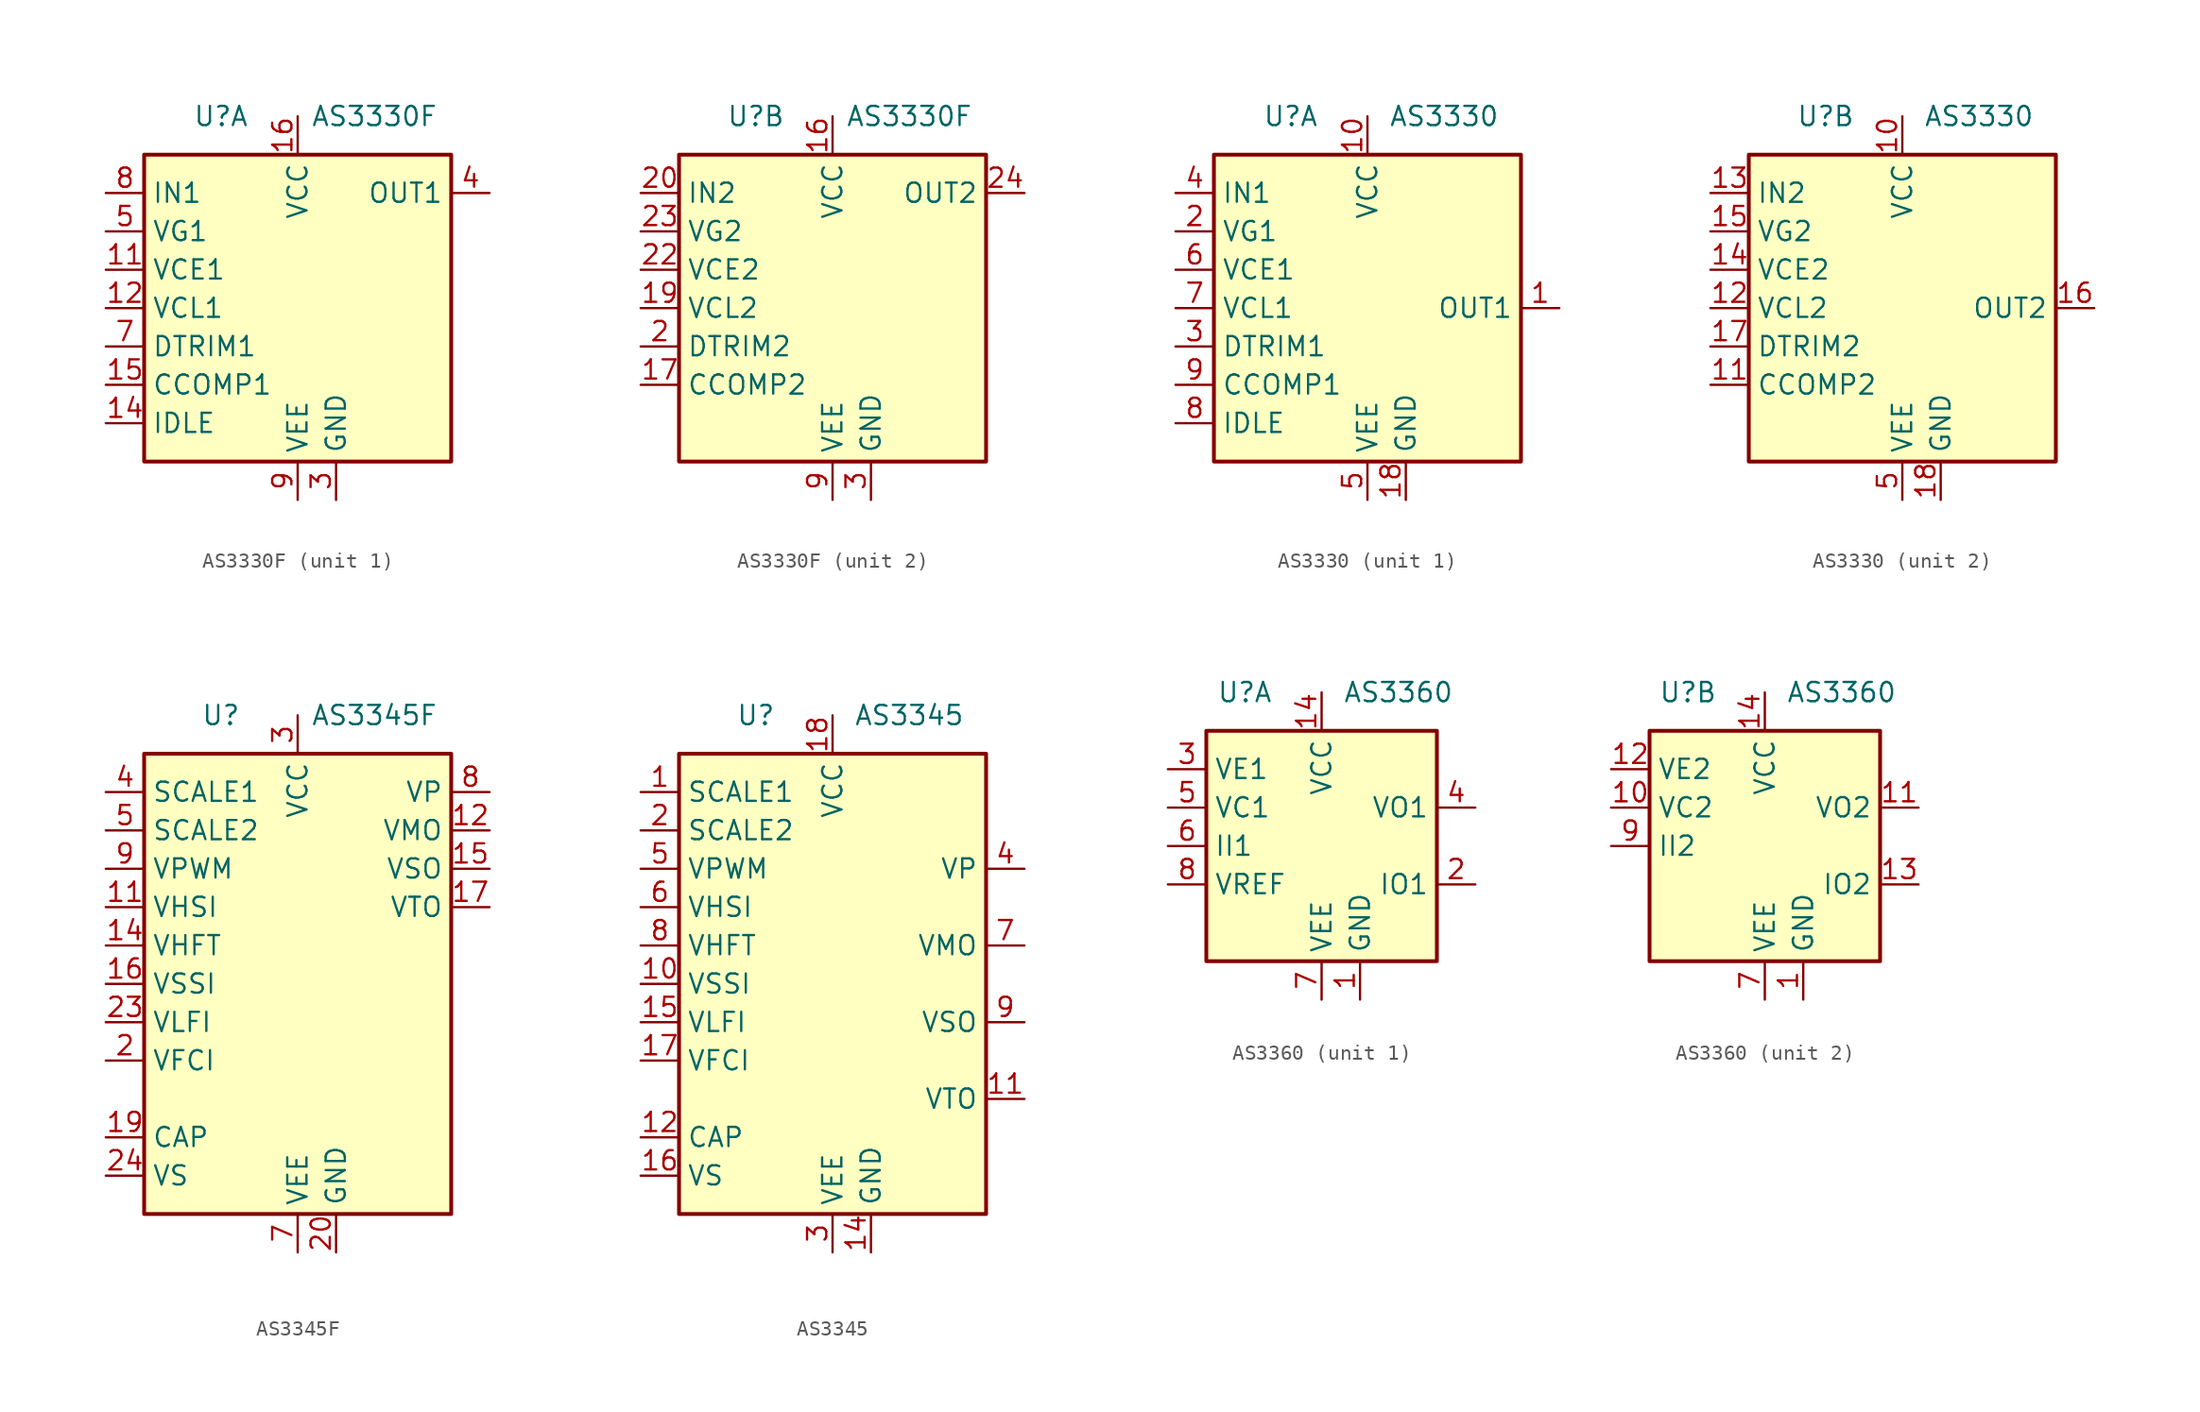
<source format=kicad_sym>
(kicad_symbol_lib
  (version 20241209)
  (generator "kicad_symbol_editor")
  (generator_version "9.0")
  (symbol "AS3330F"
    (property "Reference" "U"
      (at -5.08 12.7 0)
      (effects (font (size 1.27 1.27))))
    (property "Value" "AS3330F"
      (at 5.08 12.7 0)
      (effects (font (size 1.27 1.27))))
    (symbol "AS3330F_0_1"
      (rectangle (start -10.16 10.16) (end 10.16 -10.16) (stroke (width 0.254) (type default)) (fill (type background)))
      (pin power_in line (at 0 12.7 270) (length 2.54) (name "VCC" (effects (font (size 1.27 1.27)))) (number "16" (effects (font (size 1.27 1.27)))))
      (pin power_in line (at 0 -12.7 90) (length 2.54) (name "VEE" (effects (font (size 1.27 1.27)))) (number "9" (effects (font (size 1.27 1.27)))))
      (pin power_in line (at 2.54 -12.7 90) (length 2.54) (name "GND" (effects (font (size 1.27 1.27)))) (number "3" (effects (font (size 1.27 1.27))))))
    (symbol "AS3330F_1_1"
      (pin input line (at -12.7 7.62 0) (length 2.54) (name "IN1" (effects (font (size 1.27 1.27)))) (number "8" (effects (font (size 1.27 1.27)))))
      (pin input line (at -12.7 5.08 0) (length 2.54) (name "VG1" (effects (font (size 1.27 1.27)))) (number "5" (effects (font (size 1.27 1.27)))))
      (pin input line (at -12.7 2.54 0) (length 2.54) (name "VCE1" (effects (font (size 1.27 1.27)))) (number "11" (effects (font (size 1.27 1.27)))))
      (pin input line (at -12.7 0 0) (length 2.54) (name "VCL1" (effects (font (size 1.27 1.27)))) (number "12" (effects (font (size 1.27 1.27)))))
      (pin passive line (at -12.7 -2.54 0) (length 2.54) (name "DTRIM1" (effects (font (size 1.27 1.27)))) (number "7" (effects (font (size 1.27 1.27)))))
      (pin passive line (at -12.7 -5.08 0) (length 2.54) (name "CCOMP1" (effects (font (size 1.27 1.27)))) (number "15" (effects (font (size 1.27 1.27)))))
      (pin passive line (at -12.7 -7.62 0) (length 2.54) (name "IDLE" (effects (font (size 1.27 1.27)))) (number "14" (effects (font (size 1.27 1.27)))))
      (pin no_connect line (at 10.16 5.08 180) (length 2.54) (hide yes) (name "NC" (effects (font (size 1.27 1.27)))) (number "1" (effects (font (size 1.27 1.27)))))
      (pin no_connect line (at 10.16 2.54 180) (length 2.54) (hide yes) (name "NC" (effects (font (size 1.27 1.27)))) (number "6" (effects (font (size 1.27 1.27)))))
      (pin no_connect line (at 10.16 0 180) (length 2.54) (hide yes) (name "NC" (effects (font (size 1.27 1.27)))) (number "10" (effects (font (size 1.27 1.27)))))
      (pin no_connect line (at 10.16 -2.54 180) (length 2.54) (hide yes) (name "NC" (effects (font (size 1.27 1.27)))) (number "13" (effects (font (size 1.27 1.27)))))
      (pin no_connect line (at 10.16 -5.08 180) (length 2.54) (hide yes) (name "NC" (effects (font (size 1.27 1.27)))) (number "18" (effects (font (size 1.27 1.27)))))
      (pin no_connect line (at 10.16 -7.62 180) (length 2.54) (hide yes) (name "NC" (effects (font (size 1.27 1.27)))) (number "21" (effects (font (size 1.27 1.27)))))
      (pin output line (at 12.7 7.62 180) (length 2.54) (name "OUT1" (effects (font (size 1.27 1.27)))) (number "4" (effects (font (size 1.27 1.27))))))
    (symbol "AS3330F_2_1"
      (pin input line (at -12.7 7.62 0) (length 2.54) (name "IN2" (effects (font (size 1.27 1.27)))) (number "20" (effects (font (size 1.27 1.27)))))
      (pin input line (at -12.7 5.08 0) (length 2.54) (name "VG2" (effects (font (size 1.27 1.27)))) (number "23" (effects (font (size 1.27 1.27)))))
      (pin input line (at -12.7 2.54 0) (length 2.54) (name "VCE2" (effects (font (size 1.27 1.27)))) (number "22" (effects (font (size 1.27 1.27)))))
      (pin input line (at -12.7 0 0) (length 2.54) (name "VCL2" (effects (font (size 1.27 1.27)))) (number "19" (effects (font (size 1.27 1.27)))))
      (pin passive line (at -12.7 -2.54 0) (length 2.54) (name "DTRIM2" (effects (font (size 1.27 1.27)))) (number "2" (effects (font (size 1.27 1.27)))))
      (pin passive line (at -12.7 -5.08 0) (length 2.54) (name "CCOMP2" (effects (font (size 1.27 1.27)))) (number "17" (effects (font (size 1.27 1.27)))))
      (pin output line (at 12.7 7.62 180) (length 2.54) (name "OUT2" (effects (font (size 1.27 1.27)))) (number "24" (effects (font (size 1.27 1.27)))))))
  (symbol "AS3330"
    (property "Reference" "U"
      (at -5.08 12.7 0)
      (effects (font (size 1.27 1.27))))
    (property "Value" "AS3330"
      (at 5.08 12.7 0)
      (effects (font (size 1.27 1.27))))
    (symbol "AS3330_0_1"
      (rectangle (start -10.16 10.16) (end 10.16 -10.16) (stroke (width 0.254) (type default)) (fill (type background)))
      (pin power_in line (at 0 12.7 270) (length 2.54) (name "VCC" (effects (font (size 1.27 1.27)))) (number "10" (effects (font (size 1.27 1.27)))))
      (pin power_in line (at 0 -12.7 90) (length 2.54) (name "VEE" (effects (font (size 1.27 1.27)))) (number "5" (effects (font (size 1.27 1.27)))))
      (pin power_in line (at 2.54 -12.7 90) (length 2.54) (name "GND" (effects (font (size 1.27 1.27)))) (number "18" (effects (font (size 1.27 1.27))))))
    (symbol "AS3330_1_1"
      (pin input line (at -12.7 7.62 0) (length 2.54) (name "IN1" (effects (font (size 1.27 1.27)))) (number "4" (effects (font (size 1.27 1.27)))))
      (pin input line (at -12.7 5.08 0) (length 2.54) (name "VG1" (effects (font (size 1.27 1.27)))) (number "2" (effects (font (size 1.27 1.27)))))
      (pin input line (at -12.7 2.54 0) (length 2.54) (name "VCE1" (effects (font (size 1.27 1.27)))) (number "6" (effects (font (size 1.27 1.27)))))
      (pin input line (at -12.7 0 0) (length 2.54) (name "VCL1" (effects (font (size 1.27 1.27)))) (number "7" (effects (font (size 1.27 1.27)))))
      (pin passive line (at -12.7 -2.54 0) (length 2.54) (name "DTRIM1" (effects (font (size 1.27 1.27)))) (number "3" (effects (font (size 1.27 1.27)))))
      (pin passive line (at -12.7 -5.08 0) (length 2.54) (name "CCOMP1" (effects (font (size 1.27 1.27)))) (number "9" (effects (font (size 1.27 1.27)))))
      (pin passive line (at -12.7 -7.62 0) (length 2.54) (name "IDLE" (effects (font (size 1.27 1.27)))) (number "8" (effects (font (size 1.27 1.27)))))
      (pin output line (at 12.7 0 180) (length 2.54) (name "OUT1" (effects (font (size 1.27 1.27)))) (number "1" (effects (font (size 1.27 1.27))))))
    (symbol "AS3330_2_1"
      (pin input line (at -12.7 7.62 0) (length 2.54) (name "IN2" (effects (font (size 1.27 1.27)))) (number "13" (effects (font (size 1.27 1.27)))))
      (pin input line (at -12.7 5.08 0) (length 2.54) (name "VG2" (effects (font (size 1.27 1.27)))) (number "15" (effects (font (size 1.27 1.27)))))
      (pin input line (at -12.7 2.54 0) (length 2.54) (name "VCE2" (effects (font (size 1.27 1.27)))) (number "14" (effects (font (size 1.27 1.27)))))
      (pin input line (at -12.7 0 0) (length 2.54) (name "VCL2" (effects (font (size 1.27 1.27)))) (number "12" (effects (font (size 1.27 1.27)))))
      (pin passive line (at -12.7 -2.54 0) (length 2.54) (name "DTRIM2" (effects (font (size 1.27 1.27)))) (number "17" (effects (font (size 1.27 1.27)))))
      (pin passive line (at -12.7 -5.08 0) (length 2.54) (name "CCOMP2" (effects (font (size 1.27 1.27)))) (number "11" (effects (font (size 1.27 1.27)))))
      (pin output line (at 12.7 0 180) (length 2.54) (name "OUT2" (effects (font (size 1.27 1.27)))) (number "16" (effects (font (size 1.27 1.27)))))))
  (symbol "AS3345F"
    (property "Reference" "U"
      (at -5.08 17.78 0)
      (effects (font (size 1.27 1.27))))
    (property "Value" "AS3345F"
      (at 5.08 17.78 0)
      (effects (font (size 1.27 1.27))))
    (symbol "AS3345F_0_1"
      (rectangle (start -10.16 15.24) (end 10.16 -15.24) (stroke (width 0.254) (type default)) (fill (type background))))
    (symbol "AS3345F_1_1"
      (pin input line (at -12.7 12.7 0) (length 2.54) (name "SCALE1" (effects (font (size 1.27 1.27)))) (number "4" (effects (font (size 1.27 1.27)))))
      (pin input line (at -12.7 10.16 0) (length 2.54) (name "SCALE2" (effects (font (size 1.27 1.27)))) (number "5" (effects (font (size 1.27 1.27)))))
      (pin input line (at -12.7 7.62 0) (length 2.54) (name "VPWM" (effects (font (size 1.27 1.27)))) (number "9" (effects (font (size 1.27 1.27)))))
      (pin input line (at -12.7 5.08 0) (length 2.54) (name "VHSI" (effects (font (size 1.27 1.27)))) (number "11" (effects (font (size 1.27 1.27)))))
      (pin input line (at -12.7 2.54 0) (length 2.54) (name "VHFT" (effects (font (size 1.27 1.27)))) (number "14" (effects (font (size 1.27 1.27)))))
      (pin input line (at -12.7 0 0) (length 2.54) (name "VSSI" (effects (font (size 1.27 1.27)))) (number "16" (effects (font (size 1.27 1.27)))))
      (pin input line (at -12.7 -2.54 0) (length 2.54) (name "VLFI" (effects (font (size 1.27 1.27)))) (number "23" (effects (font (size 1.27 1.27)))))
      (pin input line (at -12.7 -5.08 0) (length 2.54) (name "VFCI" (effects (font (size 1.27 1.27)))) (number "2" (effects (font (size 1.27 1.27)))))
      (pin passive line (at -12.7 -10.16 0) (length 2.54) (name "CAP" (effects (font (size 1.27 1.27)))) (number "19" (effects (font (size 1.27 1.27)))))
      (pin passive line (at -12.7 -12.7 0) (length 2.54) (name "VS" (effects (font (size 1.27 1.27)))) (number "24" (effects (font (size 1.27 1.27)))))
      (pin power_in line (at 0 17.78 270) (length 2.54) (name "VCC" (effects (font (size 1.27 1.27)))) (number "3" (effects (font (size 1.27 1.27)))))
      (pin power_in line (at 0 -17.78 90) (length 2.54) (name "VEE" (effects (font (size 1.27 1.27)))) (number "7" (effects (font (size 1.27 1.27)))))
      (pin power_in line (at 2.54 -17.78 90) (length 2.54) (name "GND" (effects (font (size 1.27 1.27)))) (number "20" (effects (font (size 1.27 1.27)))))
      (pin passive line (at 2.54 -17.78 90) (length 2.54) (hide yes) (name "GND" (effects (font (size 1.27 1.27)))) (number "22" (effects (font (size 1.27 1.27)))))
      (pin no_connect line (at 10.16 0 180) (length 2.54) (hide yes) (name "NC" (effects (font (size 1.27 1.27)))) (number "1" (effects (font (size 1.27 1.27)))))
      (pin no_connect line (at 10.16 -2.54 180) (length 2.54) (hide yes) (name "NC" (effects (font (size 1.27 1.27)))) (number "6" (effects (font (size 1.27 1.27)))))
      (pin no_connect line (at 10.16 -5.08 180) (length 2.54) (hide yes) (name "NC" (effects (font (size 1.27 1.27)))) (number "10" (effects (font (size 1.27 1.27)))))
      (pin no_connect line (at 10.16 -7.62 180) (length 2.54) (hide yes) (name "NC" (effects (font (size 1.27 1.27)))) (number "13" (effects (font (size 1.27 1.27)))))
      (pin no_connect line (at 10.16 -10.16 180) (length 2.54) (hide yes) (name "NC" (effects (font (size 1.27 1.27)))) (number "18" (effects (font (size 1.27 1.27)))))
      (pin no_connect line (at 10.16 -12.7 180) (length 2.54) (hide yes) (name "NC" (effects (font (size 1.27 1.27)))) (number "21" (effects (font (size 1.27 1.27)))))
      (pin output line (at 12.7 12.7 180) (length 2.54) (name "VP" (effects (font (size 1.27 1.27)))) (number "8" (effects (font (size 1.27 1.27)))))
      (pin output line (at 12.7 10.16 180) (length 2.54) (name "VMO" (effects (font (size 1.27 1.27)))) (number "12" (effects (font (size 1.27 1.27)))))
      (pin output line (at 12.7 7.62 180) (length 2.54) (name "VSO" (effects (font (size 1.27 1.27)))) (number "15" (effects (font (size 1.27 1.27)))))
      (pin output line (at 12.7 5.08 180) (length 2.54) (name "VTO" (effects (font (size 1.27 1.27)))) (number "17" (effects (font (size 1.27 1.27)))))))
  (symbol "AS3345"
    (property "Reference" "U"
      (at -5.08 17.78 0)
      (effects (font (size 1.27 1.27))))
    (property "Value" "AS3345"
      (at 5.08 17.78 0)
      (effects (font (size 1.27 1.27))))
    (symbol "AS3345_0_1"
      (rectangle (start -10.16 15.24) (end 10.16 -15.24) (stroke (width 0.254) (type default)) (fill (type background))))
    (symbol "AS3345_1_1"
      (pin input line (at -12.7 12.7 0) (length 2.54) (name "SCALE1" (effects (font (size 1.27 1.27)))) (number "1" (effects (font (size 1.27 1.27)))))
      (pin input line (at -12.7 10.16 0) (length 2.54) (name "SCALE2" (effects (font (size 1.27 1.27)))) (number "2" (effects (font (size 1.27 1.27)))))
      (pin input line (at -12.7 7.62 0) (length 2.54) (name "VPWM" (effects (font (size 1.27 1.27)))) (number "5" (effects (font (size 1.27 1.27)))))
      (pin input line (at -12.7 5.08 0) (length 2.54) (name "VHSI" (effects (font (size 1.27 1.27)))) (number "6" (effects (font (size 1.27 1.27)))))
      (pin input line (at -12.7 2.54 0) (length 2.54) (name "VHFT" (effects (font (size 1.27 1.27)))) (number "8" (effects (font (size 1.27 1.27)))))
      (pin input line (at -12.7 0 0) (length 2.54) (name "VSSI" (effects (font (size 1.27 1.27)))) (number "10" (effects (font (size 1.27 1.27)))))
      (pin input line (at -12.7 -2.54 0) (length 2.54) (name "VLFI" (effects (font (size 1.27 1.27)))) (number "15" (effects (font (size 1.27 1.27)))))
      (pin input line (at -12.7 -5.08 0) (length 2.54) (name "VFCI" (effects (font (size 1.27 1.27)))) (number "17" (effects (font (size 1.27 1.27)))))
      (pin passive line (at -12.7 -10.16 0) (length 2.54) (name "CAP" (effects (font (size 1.27 1.27)))) (number "12" (effects (font (size 1.27 1.27)))))
      (pin passive line (at -12.7 -12.7 0) (length 2.54) (name "VS" (effects (font (size 1.27 1.27)))) (number "16" (effects (font (size 1.27 1.27)))))
      (pin power_in line (at 0 17.78 270) (length 2.54) (name "VCC" (effects (font (size 1.27 1.27)))) (number "18" (effects (font (size 1.27 1.27)))))
      (pin power_in line (at 0 -17.78 90) (length 2.54) (name "VEE" (effects (font (size 1.27 1.27)))) (number "3" (effects (font (size 1.27 1.27)))))
      (pin passive line (at 2.54 -17.78 90) (length 2.54) (hide yes) (name "GND" (effects (font (size 1.27 1.27)))) (number "13" (effects (font (size 1.27 1.27)))))
      (pin power_in line (at 2.54 -17.78 90) (length 2.54) (name "GND" (effects (font (size 1.27 1.27)))) (number "14" (effects (font (size 1.27 1.27)))))
      (pin output line (at 12.7 7.62 180) (length 2.54) (name "VP" (effects (font (size 1.27 1.27)))) (number "4" (effects (font (size 1.27 1.27)))))
      (pin output line (at 12.7 2.54 180) (length 2.54) (name "VMO" (effects (font (size 1.27 1.27)))) (number "7" (effects (font (size 1.27 1.27)))))
      (pin output line (at 12.7 -2.54 180) (length 2.54) (name "VSO" (effects (font (size 1.27 1.27)))) (number "9" (effects (font (size 1.27 1.27)))))
      (pin output line (at 12.7 -7.62 180) (length 2.54) (name "VTO" (effects (font (size 1.27 1.27)))) (number "11" (effects (font (size 1.27 1.27)))))))
  (symbol "AS3360"
    (property "Reference" "U"
      (at -5.08 10.16 0)
      (effects (font (size 1.27 1.27))))
    (property "Value" "AS3360"
      (at 5.08 10.16 0)
      (effects (font (size 1.27 1.27))))
    (symbol "AS3360_0_1"
      (rectangle (start -7.62 7.62) (end 7.62 -7.62) (stroke (width 0.254) (type default)) (fill (type background)))
      (pin power_in line (at 0 10.16 270) (length 2.54) (name "VCC" (effects (font (size 1.27 1.27)))) (number "14" (effects (font (size 1.27 1.27)))))
      (pin power_in line (at 0 -10.16 90) (length 2.54) (name "VEE" (effects (font (size 1.27 1.27)))) (number "7" (effects (font (size 1.27 1.27)))))
      (pin power_in line (at 2.54 -10.16 90) (length 2.54) (name "GND" (effects (font (size 1.27 1.27)))) (number "1" (effects (font (size 1.27 1.27))))))
    (symbol "AS3360_1_1"
      (pin input line (at -10.16 5.08 0) (length 2.54) (name "VE1" (effects (font (size 1.27 1.27)))) (number "3" (effects (font (size 1.27 1.27)))))
      (pin input line (at -10.16 2.54 0) (length 2.54) (name "VC1" (effects (font (size 1.27 1.27)))) (number "5" (effects (font (size 1.27 1.27)))))
      (pin input line (at -10.16 0 0) (length 2.54) (name "II1" (effects (font (size 1.27 1.27)))) (number "6" (effects (font (size 1.27 1.27)))))
      (pin passive line (at -10.16 -2.54 0) (length 2.54) (name "VREF" (effects (font (size 1.27 1.27)))) (number "8" (effects (font (size 1.27 1.27)))))
      (pin output line (at 10.16 2.54 180) (length 2.54) (name "VO1" (effects (font (size 1.27 1.27)))) (number "4" (effects (font (size 1.27 1.27)))))
      (pin output line (at 10.16 -2.54 180) (length 2.54) (name "IO1" (effects (font (size 1.27 1.27)))) (number "2" (effects (font (size 1.27 1.27))))))
    (symbol "AS3360_2_1"
      (pin input line (at -10.16 5.08 0) (length 2.54) (name "VE2" (effects (font (size 1.27 1.27)))) (number "12" (effects (font (size 1.27 1.27)))))
      (pin input line (at -10.16 2.54 0) (length 2.54) (name "VC2" (effects (font (size 1.27 1.27)))) (number "10" (effects (font (size 1.27 1.27)))))
      (pin input line (at -10.16 0 0) (length 2.54) (name "II2" (effects (font (size 1.27 1.27)))) (number "9" (effects (font (size 1.27 1.27)))))
      (pin output line (at 10.16 2.54 180) (length 2.54) (name "VO2" (effects (font (size 1.27 1.27)))) (number "11" (effects (font (size 1.27 1.27)))))
      (pin output line (at 10.16 -2.54 180) (length 2.54) (name "IO2" (effects (font (size 1.27 1.27)))) (number "13" (effects (font (size 1.27 1.27))))))))
</source>
